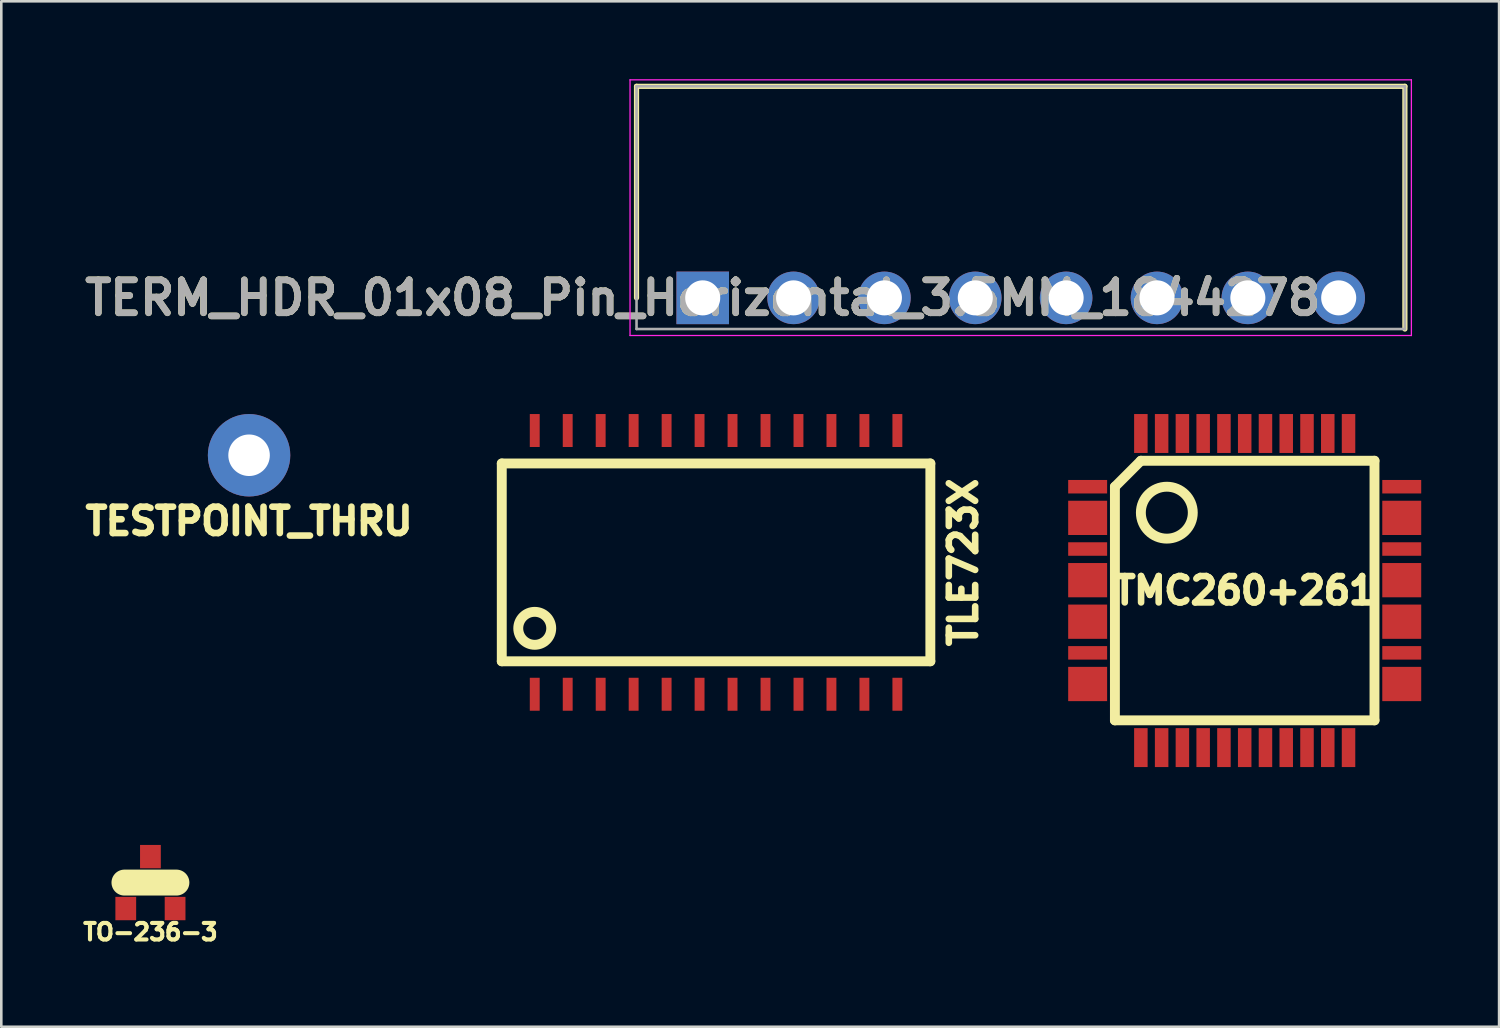
<source format=kicad_pcb>
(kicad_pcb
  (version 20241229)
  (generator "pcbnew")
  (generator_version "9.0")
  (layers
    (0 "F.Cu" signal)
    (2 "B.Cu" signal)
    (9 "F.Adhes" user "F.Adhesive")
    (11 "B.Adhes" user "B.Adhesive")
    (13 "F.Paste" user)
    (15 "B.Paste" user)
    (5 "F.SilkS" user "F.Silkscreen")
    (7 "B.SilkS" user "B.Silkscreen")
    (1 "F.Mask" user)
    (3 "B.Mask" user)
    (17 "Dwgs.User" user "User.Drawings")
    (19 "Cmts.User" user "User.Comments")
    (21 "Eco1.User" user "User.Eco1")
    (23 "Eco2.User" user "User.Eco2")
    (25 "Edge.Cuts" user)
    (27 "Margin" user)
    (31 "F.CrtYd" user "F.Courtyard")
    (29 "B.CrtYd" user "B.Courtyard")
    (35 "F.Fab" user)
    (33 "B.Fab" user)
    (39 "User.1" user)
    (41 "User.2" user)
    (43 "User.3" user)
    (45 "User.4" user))
  (footprint "TO-236-3"
    (layer "F.Cu")
    (at 2.745 30.95)
    (property "Reference" "TO-236-3" (at 0 1.905 0) (layer "F.SilkS") (effects (font (size 0.635 0.635) (thickness 0.159))))
    (attr through_hole)
    (fp_line (start -1 0) (end 1 0) (stroke (width 1) (type solid)) (layer "F.SilkS"))
    (pad "1" smd rect (at -0.95 1) (size 0.8 0.9) (layers "F.Cu" "F.Mask"))
    (pad "2" smd rect (at 0.95 1) (size 0.8 0.9) (layers "F.Cu" "F.Mask"))
    (pad "3" smd rect (at 0 -1) (size 0.8 0.9) (layers "F.Cu" "F.Mask")))
  (footprint "TLE723X"
    (layer "F.Cu")
    (at 24.535 18.615)
    (property "Reference" "TLE723X" (at 9.525 0 90) (layer "F.SilkS") (effects (font (size 1.016 1.016) (thickness 0.254))))
    (property "Value" "${VALUE}" (at 0 6.985 0) (layer "F.SilkS") (hide yes) (effects (font (size 1.016 1.016) (thickness 0.254))))
    (attr through_hole)
    (fp_line (start -8.255 -3.81) (end -8.255 3.81) (stroke (width 0.381) (type solid)) (layer "F.SilkS"))
    (fp_line (start -8.255 3.81) (end 8.255 3.81) (stroke (width 0.381) (type solid)) (layer "F.SilkS"))
    (fp_line (start 8.255 -3.81) (end -8.255 -3.81) (stroke (width 0.381) (type solid)) (layer "F.SilkS"))
    (fp_line (start 8.255 3.81) (end 8.255 -3.81) (stroke (width 0.381) (type solid)) (layer "F.SilkS"))
    (fp_circle (center -6.985 2.54) (end -6.985 1.905) (stroke (width 0.381) (type solid)) (fill no) (layer "F.SilkS"))
    (pad "1" smd rect (at -6.985 5.08) (size 0.381 1.27) (layers "F.Cu" "F.Mask" "F.Paste"))
    (pad "2" smd rect (at -5.715 5.08) (size 0.381 1.27) (layers "F.Cu" "F.Mask" "F.Paste"))
    (pad "3" smd rect (at -4.445 5.08) (size 0.381 1.27) (layers "F.Cu" "F.Mask" "F.Paste"))
    (pad "4" smd rect (at -3.175 5.08) (size 0.381 1.27) (layers "F.Cu" "F.Mask" "F.Paste"))
    (pad "5" smd rect (at -1.905 5.08) (size 0.381 1.27) (layers "F.Cu" "F.Mask" "F.Paste"))
    (pad "6" smd rect (at -0.635 5.08) (size 0.381 1.27) (layers "F.Cu" "F.Mask" "F.Paste"))
    (pad "7" smd rect (at 0.635 5.08) (size 0.381 1.27) (layers "F.Cu" "F.Mask" "F.Paste"))
    (pad "8" smd rect (at 1.905 5.08) (size 0.381 1.27) (layers "F.Cu" "F.Mask" "F.Paste"))
    (pad "9" smd rect (at 3.175 5.08) (size 0.381 1.27) (layers "F.Cu" "F.Mask" "F.Paste"))
    (pad "10" smd rect (at 4.445 5.08) (size 0.381 1.27) (layers "F.Cu" "F.Mask" "F.Paste"))
    (pad "11" smd rect (at 5.715 5.08) (size 0.381 1.27) (layers "F.Cu" "F.Mask" "F.Paste"))
    (pad "12" smd rect (at 6.985 5.08) (size 0.381 1.27) (layers "F.Cu" "F.Mask" "F.Paste"))
    (pad "13" smd rect (at 6.985 -5.08) (size 0.381 1.27) (layers "F.Cu" "F.Mask" "F.Paste"))
    (pad "14" smd rect (at 5.715 -5.08) (size 0.381 1.27) (layers "F.Cu" "F.Mask" "F.Paste"))
    (pad "15" smd rect (at 4.445 -5.08) (size 0.381 1.27) (layers "F.Cu" "F.Mask" "F.Paste"))
    (pad "16" smd rect (at 3.175 -5.08) (size 0.381 1.27) (layers "F.Cu" "F.Mask" "F.Paste"))
    (pad "17" smd rect (at 1.905 -5.08) (size 0.381 1.27) (layers "F.Cu" "F.Mask" "F.Paste"))
    (pad "18" smd rect (at 0.635 -5.08) (size 0.381 1.27) (layers "F.Cu" "F.Mask" "F.Paste"))
    (pad "19" smd rect (at -0.635 -5.08) (size 0.381 1.27) (layers "F.Cu" "F.Mask" "F.Paste"))
    (pad "20" smd rect (at -1.905 -5.08) (size 0.381 1.27) (layers "F.Cu" "F.Mask" "F.Paste"))
    (pad "21" smd rect (at -3.175 -5.08) (size 0.381 1.27) (layers "F.Cu" "F.Mask" "F.Paste"))
    (pad "22" smd rect (at -4.445 -5.08) (size 0.381 1.27) (layers "F.Cu" "F.Mask" "F.Paste"))
    (pad "23" smd rect (at -5.715 -5.08) (size 0.381 1.27) (layers "F.Cu" "F.Mask" "F.Paste"))
    (pad "24" smd rect (at -6.985 -5.08) (size 0.381 1.27) (layers "F.Cu" "F.Mask" "F.Paste")))
  (footprint "TERM_HDR_01x08_Pin_Horizontal_3.5MM_1844278"
    (layer "F.Cu")
    (at 24.021 8.425)
    (property "Reference" "TERM_HDR_01x08_Pin_Horizontal_3.5MM_1844278" (at 0 0 0) (layer "F.SilkS") (effects (font (size 1.27 1.27) (thickness 0.254))))
    (attr through_hole)
    (fp_line (start -2.55 -8.15) (end 27.05 -8.15) (stroke (width 0.2) (type solid)) (layer "F.SilkS"))
    (fp_line (start -2.55 0) (end -2.55 -8.15) (stroke (width 0.2) (type solid)) (layer "F.SilkS"))
    (fp_line (start 27.05 -8.15) (end 27.05 1.2) (stroke (width 0.2) (type solid)) (layer "F.SilkS"))
    (fp_line (start -2.8 -8.4) (end -2.8 1.45) (stroke (width 0.05) (type solid)) (layer "F.CrtYd"))
    (fp_line (start -2.8 1.45) (end 27.3 1.45) (stroke (width 0.05) (type solid)) (layer "F.CrtYd"))
    (fp_line (start 27.3 -8.4) (end -2.8 -8.4) (stroke (width 0.05) (type solid)) (layer "F.CrtYd"))
    (fp_line (start 27.3 1.45) (end 27.3 -8.4) (stroke (width 0.05) (type solid)) (layer "F.CrtYd"))
    (fp_line (start -2.55 -8.15) (end 27.05 -8.15) (stroke (width 0.1) (type solid)) (layer "F.Fab"))
    (fp_line (start -2.55 1.2) (end -2.55 -8.15) (stroke (width 0.1) (type solid)) (layer "F.Fab"))
    (fp_line (start 27.05 -8.15) (end 27.05 1.2) (stroke (width 0.1) (type solid)) (layer "F.Fab"))
    (fp_line (start 27.05 1.2) (end -2.55 1.2) (stroke (width 0.1) (type solid)) (layer "F.Fab"))
    (fp_text user "${REFERENCE}" (at 0 0 0) (layer "F.Fab") (effects (font (size 1.27 1.27) (thickness 0.254))))
    (pad "1" thru_hole rect (at 0 0) (size 2.025 2.025) (drill 1.35) (layers "*.Cu" "*.Mask"))
    (pad "2" thru_hole circle (at 3.5 0) (size 2.025 2.025) (drill 1.35) (layers "*.Cu" "*.Mask"))
    (pad "3" thru_hole circle (at 7 0) (size 2.025 2.025) (drill 1.35) (layers "*.Cu" "*.Mask"))
    (pad "4" thru_hole circle (at 10.5 0) (size 2.025 2.025) (drill 1.35) (layers "*.Cu" "*.Mask"))
    (pad "5" thru_hole circle (at 14 0) (size 2.025 2.025) (drill 1.35) (layers "*.Cu" "*.Mask"))
    (pad "6" thru_hole circle (at 17.5 0) (size 2.025 2.025) (drill 1.35) (layers "*.Cu" "*.Mask"))
    (pad "7" thru_hole circle (at 21 0) (size 2.025 2.025) (drill 1.35) (layers "*.Cu" "*.Mask"))
    (pad "8" thru_hole circle (at 24.5 0) (size 2.025 2.025) (drill 1.35) (layers "*.Cu" "*.Mask")))
  (footprint "TESTPOINT_THRU"
    (layer "F.Cu")
    (at 6.545 14.488)
    (property "Reference" "TESTPOINT_THRU" (at 0 2.54 0) (layer "F.SilkS") (effects (font (size 1.016 1.016) (thickness 0.254))))
    (attr through_hole)
    (pad "1" thru_hole circle (at 0 0) (size 3.175 3.175) (drill 1.6) (layers "*.Cu" "*.Mask")))
  (footprint "TMC260+261"
    (layer "F.Cu")
    (at 44.9 19.7)
    (property "Reference" "TMC260+261" (at 0 0 0) (layer "F.SilkS") (effects (font (size 1.016 1.016) (thickness 0.254))))
    (attr through_hole)
    (fp_line (start -5 -4) (end -5 5) (stroke (width 0.381) (type solid)) (layer "F.SilkS"))
    (fp_line (start -5 5) (end 5 5) (stroke (width 0.381) (type solid)) (layer "F.SilkS"))
    (fp_line (start -4 -5) (end -5 -4) (stroke (width 0.381) (type solid)) (layer "F.SilkS"))
    (fp_line (start 5 -5) (end -4 -5) (stroke (width 0.381) (type solid)) (layer "F.SilkS"))
    (fp_line (start 5 5) (end 5 -5) (stroke (width 0.381) (type solid)) (layer "F.SilkS"))
    (fp_circle (center -3 -3) (end -3 -4) (stroke (width 0.381) (type solid)) (fill no) (layer "F.SilkS"))
    (pad "1" smd rect (at -6.05 -4) (size 1.5 0.52) (layers "F.Cu" "F.Mask" "F.Paste"))
    (pad "2" smd rect (at -6.05 -2.8) (size 1.5 1.32) (layers "F.Cu" "F.Mask" "F.Paste"))
    (pad "4" smd rect (at -6.05 -1.6) (size 1.5 0.52) (layers "F.Cu" "F.Mask" "F.Paste"))
    (pad "5" smd rect (at -6.05 -0.4) (size 1.5 1.32) (layers "F.Cu" "F.Mask" "F.Paste"))
    (pad "7" smd rect (at -6.05 1.2) (size 1.5 1.32) (layers "F.Cu" "F.Mask" "F.Paste"))
    (pad "9" smd rect (at -6.05 2.4) (size 1.5 0.52) (layers "F.Cu" "F.Mask" "F.Paste"))
    (pad "10" smd rect (at -6.05 3.6) (size 1.5 1.32) (layers "F.Cu" "F.Mask" "F.Paste"))
    (pad "12" smd rect (at -4 6.05) (size 0.52 1.5) (layers "F.Cu" "F.Mask" "F.Paste"))
    (pad "13" smd rect (at -3.2 6.05) (size 0.52 1.5) (layers "F.Cu" "F.Mask" "F.Paste"))
    (pad "14" smd rect (at -2.4 6.05) (size 0.52 1.5) (layers "F.Cu" "F.Mask" "F.Paste"))
    (pad "15" smd rect (at -1.6 6.05) (size 0.52 1.5) (layers "F.Cu" "F.Mask" "F.Paste"))
    (pad "16" smd rect (at -0.8 6.05) (size 0.52 1.5) (layers "F.Cu" "F.Mask" "F.Paste"))
    (pad "17" smd rect (at 0 6.05) (size 0.52 1.5) (layers "F.Cu" "F.Mask" "F.Paste"))
    (pad "18" smd rect (at 0.8 6.05) (size 0.52 1.5) (layers "F.Cu" "F.Mask" "F.Paste"))
    (pad "19" smd rect (at 1.6 6.05) (size 0.52 1.5) (layers "F.Cu" "F.Mask" "F.Paste"))
    (pad "20" smd rect (at 2.4 6.05) (size 0.52 1.5) (layers "F.Cu" "F.Mask" "F.Paste"))
    (pad "21" smd rect (at 3.2 6.05) (size 0.52 1.5) (layers "F.Cu" "F.Mask" "F.Paste"))
    (pad "22" smd rect (at 4 6.05) (size 0.52 1.5) (layers "F.Cu" "F.Mask" "F.Paste"))
    (pad "23" smd rect (at 6.05 3.6) (size 1.5 1.32) (layers "F.Cu" "F.Mask" "F.Paste"))
    (pad "25" smd rect (at 6.05 2.4) (size 1.5 0.52) (layers "F.Cu" "F.Mask" "F.Paste"))
    (pad "26" smd rect (at 6.05 1.2) (size 1.5 1.32) (layers "F.Cu" "F.Mask" "F.Paste"))
    (pad "28" smd rect (at 6.05 -0.4) (size 1.5 1.32) (layers "F.Cu" "F.Mask" "F.Paste"))
    (pad "30" smd rect (at 6.05 -1.6) (size 1.5 0.52) (layers "F.Cu" "F.Mask" "F.Paste"))
    (pad "31" smd rect (at 6.05 -2.8) (size 1.5 1.32) (layers "F.Cu" "F.Mask" "F.Paste"))
    (pad "33" smd rect (at 6.05 -4) (size 1.5 0.52) (layers "F.Cu" "F.Mask" "F.Paste"))
    (pad "34" smd rect (at 4 -6.05) (size 0.52 1.5) (layers "F.Cu" "F.Mask" "F.Paste"))
    (pad "35" smd rect (at 3.2 -6.05) (size 0.52 1.5) (layers "F.Cu" "F.Mask" "F.Paste"))
    (pad "36" smd rect (at 2.4 -6.05) (size 0.52 1.5) (layers "F.Cu" "F.Mask" "F.Paste"))
    (pad "37" smd rect (at 1.6 -6.05) (size 0.52 1.5) (layers "F.Cu" "F.Mask" "F.Paste"))
    (pad "38" smd rect (at 0.8 -6.05) (size 0.52 1.5) (layers "F.Cu" "F.Mask" "F.Paste"))
    (pad "39" smd rect (at 0 -6.05) (size 0.52 1.5) (layers "F.Cu" "F.Mask" "F.Paste"))
    (pad "40" smd rect (at -0.8 -6.05) (size 0.52 1.5) (layers "F.Cu" "F.Mask" "F.Paste"))
    (pad "41" smd rect (at -1.6 -6.05) (size 0.52 1.5) (layers "F.Cu" "F.Mask" "F.Paste"))
    (pad "42" smd rect (at -2.4 -6.05) (size 0.52 1.5) (layers "F.Cu" "F.Mask" "F.Paste"))
    (pad "43" smd rect (at -3.2 -6.05) (size 0.52 1.5) (layers "F.Cu" "F.Mask" "F.Paste"))
    (pad "44" smd rect (at -4 -6.05) (size 0.52 1.5) (layers "F.Cu" "F.Mask" "F.Paste")))
  (gr_rect
    (start -3 -3)
    (end 54.7 36.505)
    (stroke (width 0.1) (type default))
    (fill no)
    (layer "Edge.Cuts")))
</source>
